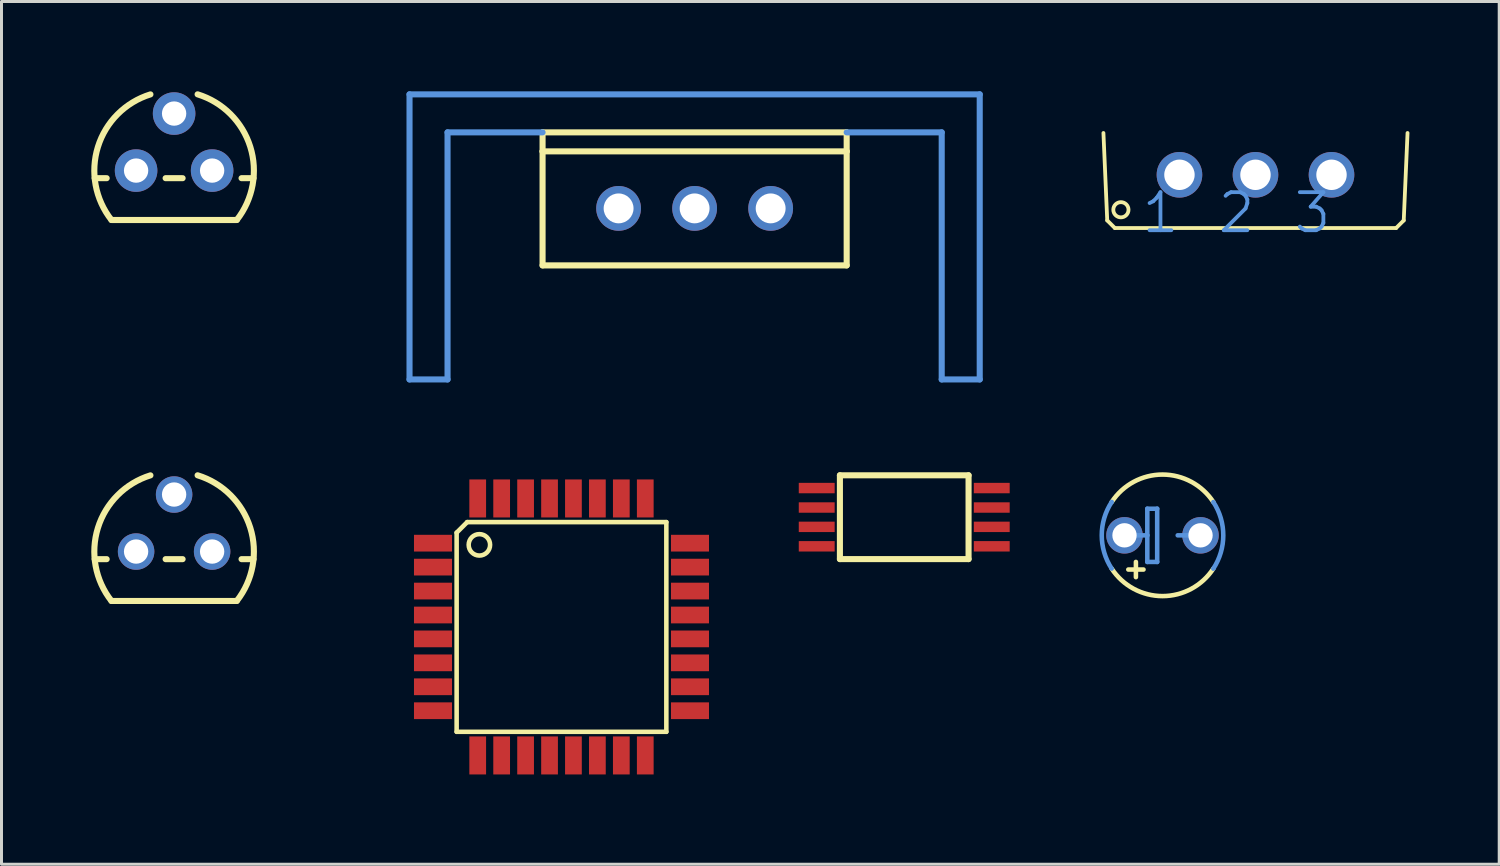
<source format=kicad_pcb>
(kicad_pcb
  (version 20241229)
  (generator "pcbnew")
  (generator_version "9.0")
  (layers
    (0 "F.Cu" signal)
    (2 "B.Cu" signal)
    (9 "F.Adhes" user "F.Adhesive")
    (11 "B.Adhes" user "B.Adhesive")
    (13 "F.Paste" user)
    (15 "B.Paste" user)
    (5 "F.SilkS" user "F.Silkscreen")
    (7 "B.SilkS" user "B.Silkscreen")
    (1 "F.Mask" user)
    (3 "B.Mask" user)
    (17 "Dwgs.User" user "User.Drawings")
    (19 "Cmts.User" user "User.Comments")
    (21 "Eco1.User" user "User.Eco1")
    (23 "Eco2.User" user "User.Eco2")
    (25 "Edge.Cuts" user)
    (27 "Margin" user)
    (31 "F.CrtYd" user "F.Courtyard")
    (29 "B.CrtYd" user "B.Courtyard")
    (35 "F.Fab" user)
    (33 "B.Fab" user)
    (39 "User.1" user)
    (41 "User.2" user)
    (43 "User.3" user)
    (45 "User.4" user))
  (footprint "TSSOP8"
    (layer "F.Cu")
    (at 27.16 14.229)
    (property "Reference" "TSSOP8" (at 0 -0.5 0) (layer "Eco1.User") (effects (font (size 0.254 0.254) (thickness 0.064))))
    (attr through_hole)
    (fp_line (start -2.149 -1.4) (end -2.149 1.4) (stroke (width 0.203) (type solid)) (layer "F.SilkS"))
    (fp_line (start -2.149 1.4) (end 2.149 1.4) (stroke (width 0.203) (type solid)) (layer "F.SilkS"))
    (fp_line (start 2.149 -1.4) (end -2.149 -1.4) (stroke (width 0.203) (type solid)) (layer "F.SilkS"))
    (fp_line (start 2.149 1.4) (end 2.149 -1.4) (stroke (width 0.203) (type solid)) (layer "F.SilkS"))
    (fp_circle (center -1.623 -0.648) (end -1.3 -0.648) (stroke (width 0.00012) (type solid)) (fill no) (layer "F.SilkS"))
    (pad "1" smd rect (at -2.924 -0.973) (size 1.199 0.348) (layers "F.Cu" "F.Mask" "F.Paste"))
    (pad "2" smd rect (at -2.924 -0.323) (size 1.199 0.348) (layers "F.Cu" "F.Mask" "F.Paste"))
    (pad "3" smd rect (at -2.924 0.323) (size 1.199 0.348) (layers "F.Cu" "F.Mask" "F.Paste"))
    (pad "4" smd rect (at -2.924 0.973) (size 1.199 0.348) (layers "F.Cu" "F.Mask" "F.Paste"))
    (pad "5" smd rect (at 2.924 0.973) (size 1.199 0.348) (layers "F.Cu" "F.Mask" "F.Paste"))
    (pad "6" smd rect (at 2.924 0.323) (size 1.199 0.348) (layers "F.Cu" "F.Mask" "F.Paste"))
    (pad "7" smd rect (at 2.924 -0.323) (size 1.199 0.348) (layers "F.Cu" "F.Mask" "F.Paste"))
    (pad "8" smd rect (at 2.924 -0.973) (size 1.199 0.348) (layers "F.Cu" "F.Mask" "F.Paste")))
  (footprint "TQFP32-08"
    (layer "F.Cu")
    (at 15.709 17.896)
    (property "Reference" "TQFP32-08" (at -2.362 -4.877 0) (layer "Eco1.User") (effects (font (size 0.406 0.406) (thickness 0.03))))
    (attr through_hole)
    (fp_line (start -3.503 3.503) (end -3.503 -3.15) (stroke (width 0.152) (type solid)) (layer "F.SilkS"))
    (fp_line (start -3.15 -3.503) (end -3.503 -3.15) (stroke (width 0.152) (type solid)) (layer "F.SilkS"))
    (fp_line (start -3.15 -3.503) (end 3.503 -3.503) (stroke (width 0.152) (type solid)) (layer "F.SilkS"))
    (fp_line (start 3.503 -3.503) (end 3.503 3.503) (stroke (width 0.152) (type solid)) (layer "F.SilkS"))
    (fp_line (start 3.503 3.503) (end -3.503 3.503) (stroke (width 0.152) (type solid)) (layer "F.SilkS"))
    (fp_circle (center -2.743 -2.743) (end -2.385 -2.743) (stroke (width 0.152) (type solid)) (fill no) (layer "F.SilkS"))
    (pad "1" smd rect (at -4.293 -2.799) (size 1.27 0.559) (layers "F.Cu" "F.Mask" "F.Paste"))
    (pad "2" smd rect (at -4.293 -1.999) (size 1.27 0.559) (layers "F.Cu" "F.Mask" "F.Paste"))
    (pad "3" smd rect (at -4.293 -1.199) (size 1.27 0.559) (layers "F.Cu" "F.Mask" "F.Paste"))
    (pad "4" smd rect (at -4.293 -0.399) (size 1.27 0.559) (layers "F.Cu" "F.Mask" "F.Paste"))
    (pad "5" smd rect (at -4.293 0.399) (size 1.27 0.559) (layers "F.Cu" "F.Mask" "F.Paste"))
    (pad "6" smd rect (at -4.293 1.199) (size 1.27 0.559) (layers "F.Cu" "F.Mask" "F.Paste"))
    (pad "7" smd rect (at -4.293 1.999) (size 1.27 0.559) (layers "F.Cu" "F.Mask" "F.Paste"))
    (pad "8" smd rect (at -4.293 2.799) (size 1.27 0.559) (layers "F.Cu" "F.Mask" "F.Paste"))
    (pad "9" smd rect (at -2.799 4.293) (size 0.559 1.27) (layers "F.Cu" "F.Mask" "F.Paste"))
    (pad "10" smd rect (at -1.999 4.293) (size 0.559 1.27) (layers "F.Cu" "F.Mask" "F.Paste"))
    (pad "11" smd rect (at -1.199 4.293) (size 0.559 1.27) (layers "F.Cu" "F.Mask" "F.Paste"))
    (pad "12" smd rect (at -0.399 4.293) (size 0.559 1.27) (layers "F.Cu" "F.Mask" "F.Paste"))
    (pad "13" smd rect (at 0.399 4.293) (size 0.559 1.27) (layers "F.Cu" "F.Mask" "F.Paste"))
    (pad "14" smd rect (at 1.199 4.293) (size 0.559 1.27) (layers "F.Cu" "F.Mask" "F.Paste"))
    (pad "15" smd rect (at 1.999 4.293) (size 0.559 1.27) (layers "F.Cu" "F.Mask" "F.Paste"))
    (pad "16" smd rect (at 2.799 4.293) (size 0.559 1.27) (layers "F.Cu" "F.Mask" "F.Paste"))
    (pad "17" smd rect (at 4.293 2.799) (size 1.27 0.559) (layers "F.Cu" "F.Mask" "F.Paste"))
    (pad "18" smd rect (at 4.293 1.999) (size 1.27 0.559) (layers "F.Cu" "F.Mask" "F.Paste"))
    (pad "19" smd rect (at 4.293 1.199) (size 1.27 0.559) (layers "F.Cu" "F.Mask" "F.Paste"))
    (pad "20" smd rect (at 4.293 0.399) (size 1.27 0.559) (layers "F.Cu" "F.Mask" "F.Paste"))
    (pad "21" smd rect (at 4.293 -0.399) (size 1.27 0.559) (layers "F.Cu" "F.Mask" "F.Paste"))
    (pad "22" smd rect (at 4.293 -1.199) (size 1.27 0.559) (layers "F.Cu" "F.Mask" "F.Paste"))
    (pad "23" smd rect (at 4.293 -1.999) (size 1.27 0.559) (layers "F.Cu" "F.Mask" "F.Paste"))
    (pad "24" smd rect (at 4.293 -2.799) (size 1.27 0.559) (layers "F.Cu" "F.Mask" "F.Paste"))
    (pad "25" smd rect (at 2.799 -4.293) (size 0.559 1.27) (layers "F.Cu" "F.Mask" "F.Paste"))
    (pad "26" smd rect (at 1.999 -4.293) (size 0.559 1.27) (layers "F.Cu" "F.Mask" "F.Paste"))
    (pad "27" smd rect (at 1.199 -4.293) (size 0.559 1.27) (layers "F.Cu" "F.Mask" "F.Paste"))
    (pad "28" smd rect (at 0.399 -4.293) (size 0.559 1.27) (layers "F.Cu" "F.Mask" "F.Paste"))
    (pad "29" smd rect (at -0.399 -4.293) (size 0.559 1.27) (layers "F.Cu" "F.Mask" "F.Paste"))
    (pad "30" smd rect (at -1.199 -4.293) (size 0.559 1.27) (layers "F.Cu" "F.Mask" "F.Paste"))
    (pad "31" smd rect (at -1.999 -4.293) (size 0.559 1.27) (layers "F.Cu" "F.Mask" "F.Paste"))
    (pad "32" smd rect (at -2.799 -4.293) (size 0.559 1.27) (layers "F.Cu" "F.Mask" "F.Paste")))
  (footprint "TO220-IGO"
    (layer "F.Cu")
    (at 20.157 3.912)
    (property "Reference" "TO220-IGO" (at 0 0 0) (layer "Cmts.User") (effects (font (size 0.001 0.001) (thickness 0.000001))))
    (attr through_hole)
    (fp_line (start -5.08 -2.54) (end 5.08 -2.54) (stroke (width 0.203) (type solid)) (layer "F.SilkS"))
    (fp_line (start -5.08 -1.905) (end -5.08 -2.54) (stroke (width 0.203) (type solid)) (layer "F.SilkS"))
    (fp_line (start -5.08 1.905) (end -5.08 -1.905) (stroke (width 0.203) (type solid)) (layer "F.SilkS"))
    (fp_line (start 5.08 -2.54) (end 5.08 -1.905) (stroke (width 0.203) (type solid)) (layer "F.SilkS"))
    (fp_line (start 5.08 -1.905) (end -5.08 -1.905) (stroke (width 0.203) (type solid)) (layer "F.SilkS"))
    (fp_line (start 5.08 -1.905) (end 5.08 1.905) (stroke (width 0.203) (type solid)) (layer "F.SilkS"))
    (fp_line (start 5.08 1.905) (end -5.08 1.905) (stroke (width 0.203) (type solid)) (layer "F.SilkS"))
    (fp_line (start -9.525 -3.81) (end -9.525 5.715) (stroke (width 0.203) (type solid)) (layer "Cmts.User"))
    (fp_line (start -9.525 5.715) (end -8.255 5.715) (stroke (width 0.203) (type solid)) (layer "Cmts.User"))
    (fp_line (start -8.255 -2.54) (end -5.08 -2.54) (stroke (width 0.203) (type solid)) (layer "Cmts.User"))
    (fp_line (start -8.255 5.715) (end -8.255 -2.54) (stroke (width 0.203) (type solid)) (layer "Cmts.User"))
    (fp_line (start 5.08 -2.54) (end 8.255 -2.54) (stroke (width 0.203) (type solid)) (layer "Cmts.User"))
    (fp_line (start 8.255 -2.54) (end 8.255 5.715) (stroke (width 0.203) (type solid)) (layer "Cmts.User"))
    (fp_line (start 8.255 5.715) (end 9.525 5.715) (stroke (width 0.203) (type solid)) (layer "Cmts.User"))
    (fp_line (start 9.525 -3.81) (end -9.525 -3.81) (stroke (width 0.203) (type solid)) (layer "Cmts.User"))
    (fp_line (start 9.525 5.715) (end 9.525 -3.81) (stroke (width 0.203) (type solid)) (layer "Cmts.User"))
    (pad "GND" thru_hole oval (at 0 0) (size 1.496 1.496) (drill 0.998) (layers "*.Cu" "*.Mask"))
    (pad "IN" thru_hole oval (at -2.54 0) (size 1.496 1.496) (drill 0.998) (layers "*.Cu" "*.Mask"))
    (pad "OUT" thru_hole oval (at 2.54 0) (size 1.496 1.496) (drill 0.998) (layers "*.Cu" "*.Mask")))
  (footprint "TO220V"
    (layer "F.Cu")
    (at 38.895 0.25)
    (property "Reference" "TO220V" (at -2.54 6.68 0) (layer "Eco1.User") (effects (font (size 1.27 1.27) (thickness 0.127))))
    (attr through_hole)
    (fp_line (start -4.953 4.064) (end -5.08 1.143) (stroke (width 0.127) (type solid)) (layer "F.SilkS"))
    (fp_line (start -4.953 4.064) (end -4.699 4.318) (stroke (width 0.127) (type solid)) (layer "F.SilkS"))
    (fp_line (start 4.699 4.318) (end -4.699 4.318) (stroke (width 0.127) (type solid)) (layer "F.SilkS"))
    (fp_line (start 4.699 4.318) (end 4.953 4.064) (stroke (width 0.127) (type solid)) (layer "F.SilkS"))
    (fp_line (start 5.08 1.143) (end 4.953 4.064) (stroke (width 0.127) (type solid)) (layer "F.SilkS"))
    (fp_circle (center -4.496 3.708) (end -4.242 3.708) (stroke (width 0.127) (type solid)) (fill no) (layer "F.SilkS"))
    (fp_text user "3" (at 1.905 3.81 0) (layer "Cmts.User") (effects (font (size 1.27 1.27) (thickness 0.127))))
    (fp_text user "2" (at -0.635 3.81 0) (layer "Cmts.User") (effects (font (size 1.27 1.27) (thickness 0.127))))
    (fp_text user "1" (at -3.175 3.81 0) (layer "Cmts.User") (effects (font (size 1.27 1.27) (thickness 0.127))))
    (pad "1" thru_hole oval (at -2.54 2.54 90) (size 1.524 1.524) (drill 1.016) (layers "*.Cu" "*.Mask"))
    (pad "2" thru_hole oval (at 0 2.54 90) (size 1.524 1.524) (drill 1.016) (layers "*.Cu" "*.Mask"))
    (pad "3" thru_hole oval (at 2.54 2.54 90) (size 1.524 1.524) (drill 1.016) (layers "*.Cu" "*.Mask")))
  (footprint "TO92"
    (layer "F.Cu")
    (at 2.767 2.649)
    (property "Reference" "TO92" (at 3.988 -0.432 0) (layer "Eco1.User") (effects (font (size 0.406 0.406) (thickness 0.041))))
    (attr through_hole)
    (fp_line (start -2.654 0.254) (end -2.253 0.254) (stroke (width 0.203) (type solid)) (layer "F.SilkS"))
    (fp_line (start -2.093 1.651) (end 2.093 1.651) (stroke (width 0.203) (type solid)) (layer "F.SilkS"))
    (fp_line (start -0.284 0.254) (end 0.284 0.254) (stroke (width 0.203) (type solid)) (layer "F.SilkS"))
    (fp_line (start 2.253 0.254) (end 2.654 0.254) (stroke (width 0.203) (type solid)) (layer "F.SilkS"))
    (fp_arc (start -2.09296 1.651) (mid -2.546098 -0.789726) (end -0.791292 -2.545612) (stroke (width 0.2032) (type solid)) (layer "F.SilkS"))
    (fp_arc (start 0.78486 -2.54762) (mid 2.54411 -0.796164) (end 2.097139 1.645715) (stroke (width 0.2032) (type solid)) (layer "F.SilkS"))
    (pad "1" thru_hole oval (at -1.27 0) (size 1.422 1.422) (drill 0.813) (layers "*.Cu" "*.Mask"))
    (pad "2" thru_hole oval (at 0 -1.905) (size 1.422 1.422) (drill 0.813) (layers "*.Cu" "*.Mask"))
    (pad "3" thru_hole oval (at 1.27 0) (size 1.422 1.422) (drill 0.813) (layers "*.Cu" "*.Mask")))
  (footprint "TO-92"
    (layer "F.Cu")
    (at 2.767 15.377)
    (property "Reference" "TO-92" (at 3.988 -0.432 0) (layer "Eco1.User") (effects (font (size 0.406 0.406) (thickness 0.041))))
    (attr through_hole)
    (fp_line (start -2.654 0.254) (end -2.253 0.254) (stroke (width 0.203) (type solid)) (layer "F.SilkS"))
    (fp_line (start -2.093 1.651) (end 2.093 1.651) (stroke (width 0.203) (type solid)) (layer "F.SilkS"))
    (fp_line (start -0.284 0.254) (end 0.284 0.254) (stroke (width 0.203) (type solid)) (layer "F.SilkS"))
    (fp_line (start 2.253 0.254) (end 2.654 0.254) (stroke (width 0.203) (type solid)) (layer "F.SilkS"))
    (fp_arc (start -2.09296 1.651) (mid -2.546098 -0.789726) (end -0.791292 -2.545612) (stroke (width 0.2032) (type solid)) (layer "F.SilkS"))
    (fp_arc (start 0.78486 -2.54762) (mid 2.54411 -0.796164) (end 2.097139 1.645715) (stroke (width 0.2032) (type solid)) (layer "F.SilkS"))
    (pad "1" thru_hole oval (at -1.27 0) (size 1.219 1.219) (drill 0.813) (layers "*.Cu" "*.Mask"))
    (pad "2" thru_hole oval (at 0 -1.905) (size 1.219 1.219) (drill 0.813) (layers "*.Cu" "*.Mask"))
    (pad "3" thru_hole oval (at 1.27 0) (size 1.219 1.219) (drill 0.813) (layers "*.Cu" "*.Mask")))
  (footprint "TT2D4"
    (layer "F.Cu")
    (at 35.789 14.835)
    (property "Reference" "TT2D4" (at 4.699 -0.127 0) (layer "Eco1.User") (effects (font (size 1.27 1.27) (thickness 0.127))))
    (attr through_hole)
    (fp_line (start -0.889 1.397) (end -0.889 0.889) (stroke (width 0.152) (type solid)) (layer "F.SilkS"))
    (fp_line (start -0.635 1.143) (end -1.143 1.143) (stroke (width 0.152) (type solid)) (layer "F.SilkS"))
    (fp_arc (start -1.69672 -1.11506) (mid 0.000437 -2.030324) (end 1.6972 -1.114329) (stroke (width 0.1524) (type solid)) (layer "F.SilkS"))
    (fp_arc (start 1.6972 1.114329) (mid 0.000437 2.030324) (end -1.69672 1.11506) (stroke (width 0.1524) (type solid)) (layer "F.SilkS"))
    (fp_line (start -1.016 0) (end -0.508 0) (stroke (width 0.152) (type solid)) (layer "Cmts.User"))
    (fp_line (start -0.508 -0.889) (end -0.508 0) (stroke (width 0.152) (type solid)) (layer "Cmts.User"))
    (fp_line (start -0.508 0) (end -0.508 0.889) (stroke (width 0.152) (type solid)) (layer "Cmts.User"))
    (fp_line (start -0.508 0.889) (end -0.178 0.889) (stroke (width 0.152) (type solid)) (layer "Cmts.User"))
    (fp_line (start -0.178 -0.889) (end -0.508 -0.889) (stroke (width 0.152) (type solid)) (layer "Cmts.User"))
    (fp_line (start -0.178 0.889) (end -0.178 -0.889) (stroke (width 0.152) (type solid)) (layer "Cmts.User"))
    (fp_line (start 0.508 0) (end 1.016 0) (stroke (width 0.152) (type solid)) (layer "Cmts.User"))
    (fp_arc (start -1.699143 1.111365) (mid -2.030324 -0.002209) (end -1.69672 -1.11506) (stroke (width 0.1524) (type solid)) (layer "Cmts.User"))
    (fp_arc (start 1.699143 -1.111365) (mid 2.030324 0.002209) (end 1.69672 1.11506) (stroke (width 0.1524) (type solid)) (layer "Cmts.User"))
    (pad "+" thru_hole oval (at -1.27 0) (size 1.219 1.219) (drill 0.813) (layers "*.Cu" "*.Mask"))
    (pad "-" thru_hole oval (at 1.27 0) (size 1.219 1.219) (drill 0.813) (layers "*.Cu" "*.Mask")))
  (gr_rect
    (start -3 -3)
    (end 47.038 25.824)
    (stroke (width 0.1) (type default))
    (fill no)
    (layer "Edge.Cuts")))
</source>
